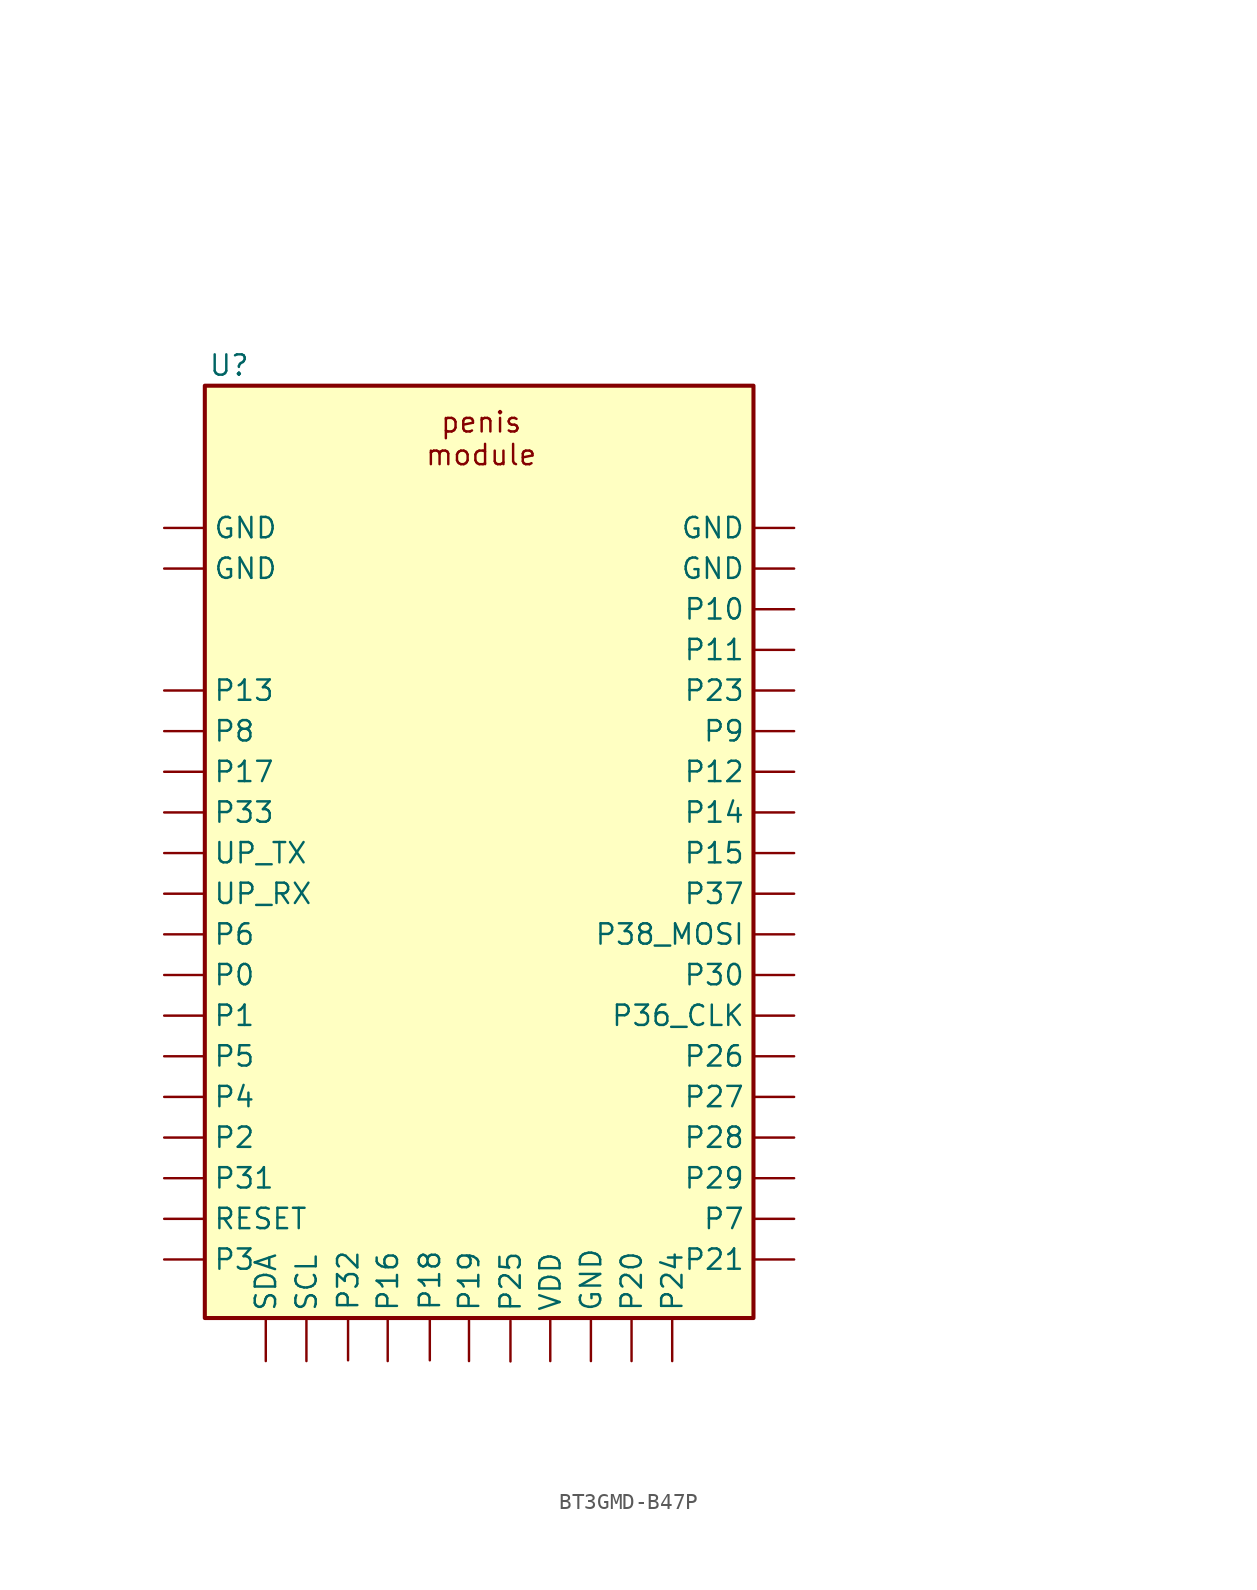
<source format=kicad_sym>
(kicad_symbol_lib
  (version 20231120)
  (generator "kicad_symbol_editor")
  (generator_version "8.0")
  (symbol "BT3GMD-B47P"
    (property "Reference" "U"
      (at 1.524 1.27 0)
      (effects (font (size 1.27 1.27))))
    (property "Value" ""
      (at 17.78 -25.4 0)
      (effects (font (size 1.27 1.27))))
    (symbol "BT3GMD-B47P_0_1"
      (rectangle (start 0 0) (end 34.29 -58.27) (stroke (width 0.254) (type default)) (fill (type background))))
    (symbol "BT3GMD-B47P_1_1"
      (text "penis\nmodule" (at 17.272 -3.302 0) (effects (font (size 1.27 1.27))))
      (text_box private "https://pdf.dzsc.com/99999/2013328164817367.pdf" (at 0 12.7 0) (size 55.88 -5.08) (stroke (width 0) (type default)) (fill (type color) (color 0 0 0 0)) (effects (font (size 1.27 1.27)) (justify left top)))
      (pin power_in line (at -2.54 -11.43 0) (length 2.54) (name "GND" (effects (font (size 1.27 1.27)))) (number "" (effects (font (size 1.27 1.27)))))
      (pin power_in line (at -2.54 -8.89 0) (length 2.54) (name "GND" (effects (font (size 1.27 1.27)))) (number "" (effects (font (size 1.27 1.27)))))
      (pin input line (at 24.13 -60.96 90) (length 2.54) (name "GND" (effects (font (size 1.27 1.27)))) (number "" (effects (font (size 1.27 1.27)))))
      (pin power_in line (at 36.83 -11.43 180) (length 2.54) (name "GND" (effects (font (size 1.27 1.27)))) (number "" (effects (font (size 1.27 1.27)))))
      (pin power_in line (at 36.83 -8.89 180) (length 2.54) (name "GND" (effects (font (size 1.27 1.27)))) (number "" (effects (font (size 1.27 1.27)))))
      (pin input line (at -2.54 -36.83 0) (length 2.54) (name "P0" (effects (font (size 1.27 1.27)))) (number "" (effects (font (size 1.27 1.27)))))
      (pin input line (at -2.54 -39.37 0) (length 2.54) (name "P1" (effects (font (size 1.27 1.27)))) (number "" (effects (font (size 1.27 1.27)))))
      (pin input line (at 36.83 -13.97 180) (length 2.54) (name "P10" (effects (font (size 1.27 1.27)))) (number "" (effects (font (size 1.27 1.27)))))
      (pin input line (at 36.83 -16.51 180) (length 2.54) (name "P11" (effects (font (size 1.27 1.27)))) (number "" (effects (font (size 1.27 1.27)))))
      (pin input line (at 36.83 -24.13 180) (length 2.54) (name "P12" (effects (font (size 1.27 1.27)))) (number "" (effects (font (size 1.27 1.27)))))
      (pin input line (at -2.54 -19.05 0) (length 2.54) (name "P13" (effects (font (size 1.27 1.27)))) (number "" (effects (font (size 1.27 1.27)))))
      (pin input line (at 36.83 -26.67 180) (length 2.54) (name "P14" (effects (font (size 1.27 1.27)))) (number "" (effects (font (size 1.27 1.27)))))
      (pin input line (at 36.83 -29.21 180) (length 2.54) (name "P15" (effects (font (size 1.27 1.27)))) (number "" (effects (font (size 1.27 1.27)))))
      (pin input line (at 11.43 -60.96 90) (length 2.54) (name "P16" (effects (font (size 1.27 1.27)))) (number "" (effects (font (size 1.27 1.27)))))
      (pin input line (at -2.54 -24.13 0) (length 2.54) (name "P17" (effects (font (size 1.27 1.27)))) (number "" (effects (font (size 1.27 1.27)))))
      (pin input line (at 14.062 -60.911 90) (length 2.54) (name "P18" (effects (font (size 1.27 1.27)))) (number "" (effects (font (size 1.27 1.27)))))
      (pin input line (at 16.51 -60.96 90) (length 2.54) (name "P19" (effects (font (size 1.27 1.27)))) (number "" (effects (font (size 1.27 1.27)))))
      (pin input line (at -2.54 -46.99 0) (length 2.54) (name "P2" (effects (font (size 1.27 1.27)))) (number "" (effects (font (size 1.27 1.27)))))
      (pin input line (at 26.67 -60.96 90) (length 2.54) (name "P20" (effects (font (size 1.27 1.27)))) (number "" (effects (font (size 1.27 1.27)))))
      (pin input line (at 36.83 -54.61 180) (length 2.54) (name "P21" (effects (font (size 1.27 1.27)))) (number "" (effects (font (size 1.27 1.27)))))
      (pin input line (at 36.83 -19.05 180) (length 2.54) (name "P23" (effects (font (size 1.27 1.27)))) (number "" (effects (font (size 1.27 1.27)))))
      (pin input line (at 29.21 -60.96 90) (length 2.54) (name "P24" (effects (font (size 1.27 1.27)))) (number "" (effects (font (size 1.27 1.27)))))
      (pin input line (at 19.102 -60.982 90) (length 2.54) (name "P25" (effects (font (size 1.27 1.27)))) (number "" (effects (font (size 1.27 1.27)))))
      (pin input line (at 36.83 -41.91 180) (length 2.54) (name "P26" (effects (font (size 1.27 1.27)))) (number "" (effects (font (size 1.27 1.27)))))
      (pin input line (at 36.83 -44.45 180) (length 2.54) (name "P27" (effects (font (size 1.27 1.27)))) (number "" (effects (font (size 1.27 1.27)))))
      (pin input line (at 36.83 -46.99 180) (length 2.54) (name "P28" (effects (font (size 1.27 1.27)))) (number "" (effects (font (size 1.27 1.27)))))
      (pin input line (at 36.83 -49.53 180) (length 2.54) (name "P29" (effects (font (size 1.27 1.27)))) (number "" (effects (font (size 1.27 1.27)))))
      (pin input line (at -2.54 -54.61 0) (length 2.54) (name "P3" (effects (font (size 1.27 1.27)))) (number "" (effects (font (size 1.27 1.27)))))
      (pin input line (at 36.83 -36.83 180) (length 2.54) (name "P30" (effects (font (size 1.27 1.27)))) (number "" (effects (font (size 1.27 1.27)))))
      (pin input line (at -2.54 -49.53 0) (length 2.54) (name "P31" (effects (font (size 1.27 1.27)))) (number "" (effects (font (size 1.27 1.27)))))
      (pin input line (at 8.952 -60.911 90) (length 2.54) (name "P32" (effects (font (size 1.27 1.27)))) (number "" (effects (font (size 1.27 1.27)))))
      (pin input line (at -2.54 -26.67 0) (length 2.54) (name "P33" (effects (font (size 1.27 1.27)))) (number "" (effects (font (size 1.27 1.27)))))
      (pin input line (at 36.83 -39.37 180) (length 2.54) (name "P36_CLK" (effects (font (size 1.27 1.27)))) (number "" (effects (font (size 1.27 1.27)))) (alternate "SPI CLK" input line))
      (pin input line (at 36.83 -31.75 180) (length 2.54) (name "P37" (effects (font (size 1.27 1.27)))) (number "" (effects (font (size 1.27 1.27)))))
      (pin input line (at 36.83 -34.29 180) (length 2.54) (name "P38_MOSI" (effects (font (size 1.27 1.27)))) (number "" (effects (font (size 1.27 1.27)))) (alternate "SPI MOSI" input line))
      (pin input line (at -2.54 -44.45 0) (length 2.54) (name "P4" (effects (font (size 1.27 1.27)))) (number "" (effects (font (size 1.27 1.27)))))
      (pin input line (at -2.54 -41.91 0) (length 2.54) (name "P5" (effects (font (size 1.27 1.27)))) (number "" (effects (font (size 1.27 1.27)))))
      (pin input line (at -2.54 -34.29 0) (length 2.54) (name "P6" (effects (font (size 1.27 1.27)))) (number "" (effects (font (size 1.27 1.27)))))
      (pin input line (at 36.83 -52.07 180) (length 2.54) (name "P7" (effects (font (size 1.27 1.27)))) (number "" (effects (font (size 1.27 1.27)))))
      (pin input line (at -2.54 -21.59 0) (length 2.54) (name "P8" (effects (font (size 1.27 1.27)))) (number "" (effects (font (size 1.27 1.27)))))
      (pin input line (at 36.83 -21.59 180) (length 2.54) (name "P9" (effects (font (size 1.27 1.27)))) (number "" (effects (font (size 1.27 1.27)))))
      (pin input line (at -2.54 -52.07 0) (length 2.54) (name "RESET" (effects (font (size 1.27 1.27)))) (number "" (effects (font (size 1.27 1.27)))))
      (pin input line (at 6.35 -60.96 90) (length 2.54) (name "SCL" (effects (font (size 1.27 1.27)))) (number "" (effects (font (size 1.27 1.27)))))
      (pin input line (at 3.81 -60.96 90) (length 2.54) (name "SDA" (effects (font (size 1.27 1.27)))) (number "" (effects (font (size 1.27 1.27)))))
      (pin input line (at -2.54 -31.75 0) (length 2.54) (name "UP_RX" (effects (font (size 1.27 1.27)))) (number "" (effects (font (size 1.27 1.27)))))
      (pin input line (at -2.54 -29.21 0) (length 2.54) (name "UP_TX" (effects (font (size 1.27 1.27)))) (number "" (effects (font (size 1.27 1.27)))))
      (pin input line (at 21.59 -60.96 90) (length 2.54) (name "VDD" (effects (font (size 1.27 1.27)))) (number "" (effects (font (size 1.27 1.27))))))))
</source>
